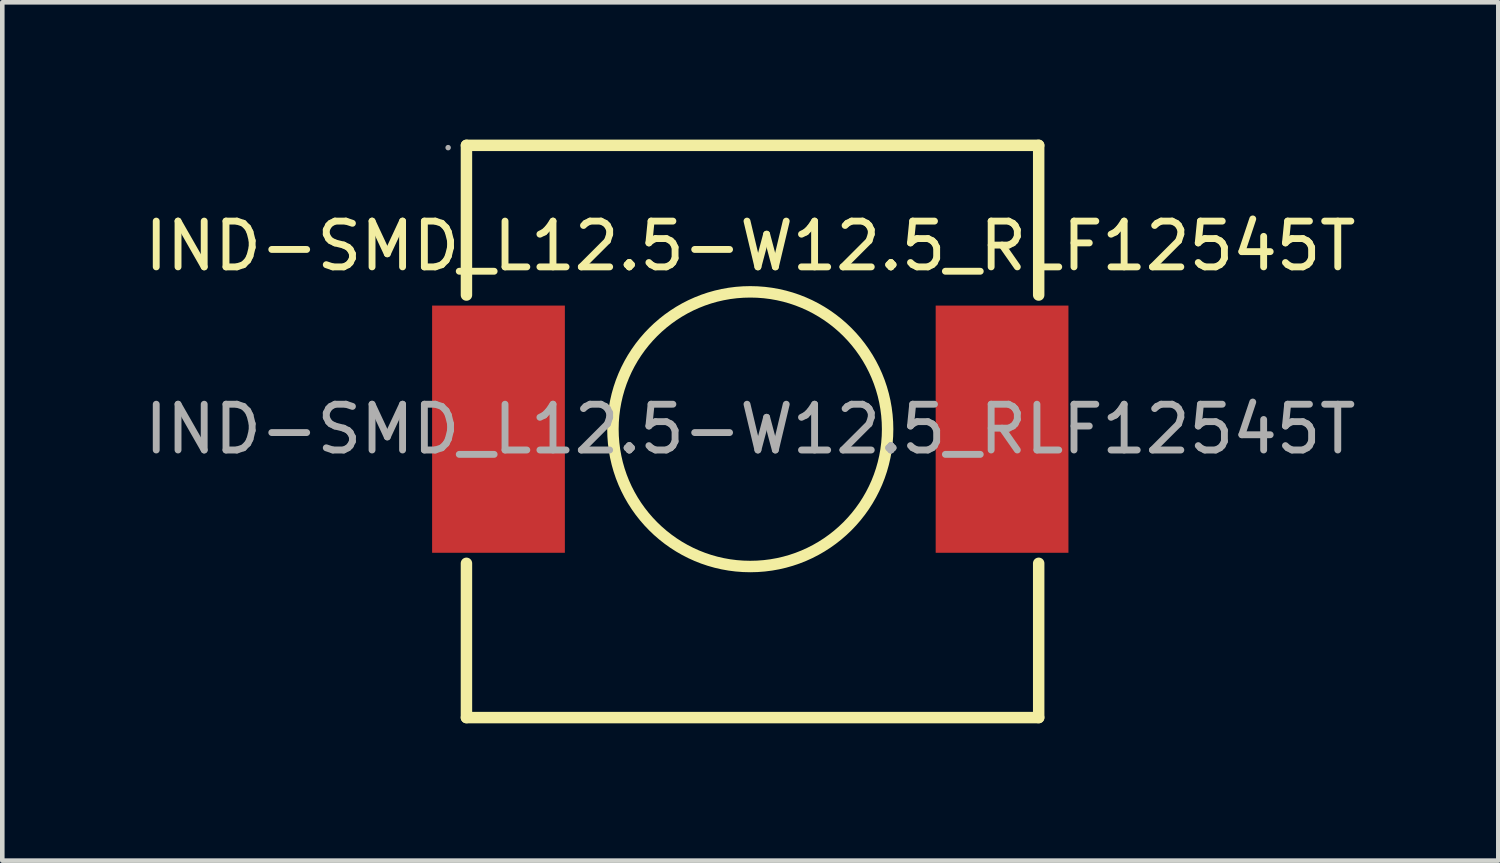
<source format=kicad_pcb>
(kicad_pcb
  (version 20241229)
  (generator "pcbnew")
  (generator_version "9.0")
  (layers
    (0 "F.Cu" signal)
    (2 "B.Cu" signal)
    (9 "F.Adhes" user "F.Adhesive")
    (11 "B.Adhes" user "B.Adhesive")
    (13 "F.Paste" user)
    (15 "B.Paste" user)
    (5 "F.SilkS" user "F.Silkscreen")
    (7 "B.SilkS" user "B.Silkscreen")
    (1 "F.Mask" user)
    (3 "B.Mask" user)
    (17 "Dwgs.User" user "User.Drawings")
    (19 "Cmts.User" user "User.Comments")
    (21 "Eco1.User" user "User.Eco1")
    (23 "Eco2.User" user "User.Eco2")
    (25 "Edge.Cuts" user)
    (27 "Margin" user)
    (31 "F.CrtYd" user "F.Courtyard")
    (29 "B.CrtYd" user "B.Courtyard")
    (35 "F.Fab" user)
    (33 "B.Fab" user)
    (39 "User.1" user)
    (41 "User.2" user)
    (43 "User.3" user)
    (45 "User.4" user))
  (footprint "IND-SMD_L12.5-W12.5_RLF12545T"
    (layer "F.Cu")
    (at 13.339 6.325)
    (property "Reference" "IND-SMD_L12.5-W12.5_RLF12545T" (at 0 -4 0) (layer "F.SilkS") (effects (font (size 1 1) (thickness 0.15))))
    (attr smd)
    (fp_line (start -6.2 -6.2) (end 6.3 -6.2) (stroke (width 0.25) (type solid)) (layer "F.SilkS"))
    (fp_line (start -6.2 -2.93) (end -6.2 -6.2) (stroke (width 0.25) (type solid)) (layer "F.SilkS"))
    (fp_line (start -6.2 6.3) (end -6.2 2.93) (stroke (width 0.25) (type solid)) (layer "F.SilkS"))
    (fp_line (start 6.3 -6.2) (end 6.3 -2.93) (stroke (width 0.25) (type solid)) (layer "F.SilkS"))
    (fp_line (start 6.3 2.93) (end 6.3 6.3) (stroke (width 0.25) (type solid)) (layer "F.SilkS"))
    (fp_line (start 6.3 6.3) (end -6.2 6.3) (stroke (width 0.25) (type solid)) (layer "F.SilkS"))
    (fp_circle (center 0 0) (end 3 0) (stroke (width 0.25) (type solid)) (fill no) (layer "F.SilkS"))
    (fp_circle (center -6.6 -6.15) (end -6.57 -6.15) (stroke (width 0.06) (type solid)) (fill no) (layer "F.Fab"))
    (fp_text user "${REFERENCE}" (at 0 0 0) (layer "F.Fab") (effects (font (size 1 1) (thickness 0.15))))
    (pad "1" smd rect (at -5.5 0 90) (size 5.4 2.9) (layers "F.Cu" "F.Mask" "F.Paste"))
    (pad "2" smd rect (at 5.5 0 90) (size 5.4 2.9) (layers "F.Cu" "F.Mask" "F.Paste")))
  (gr_rect
    (start -3 -3)
    (end 29.679 15.75)
    (stroke (width 0.1) (type default))
    (fill no)
    (layer "Edge.Cuts")))
</source>
